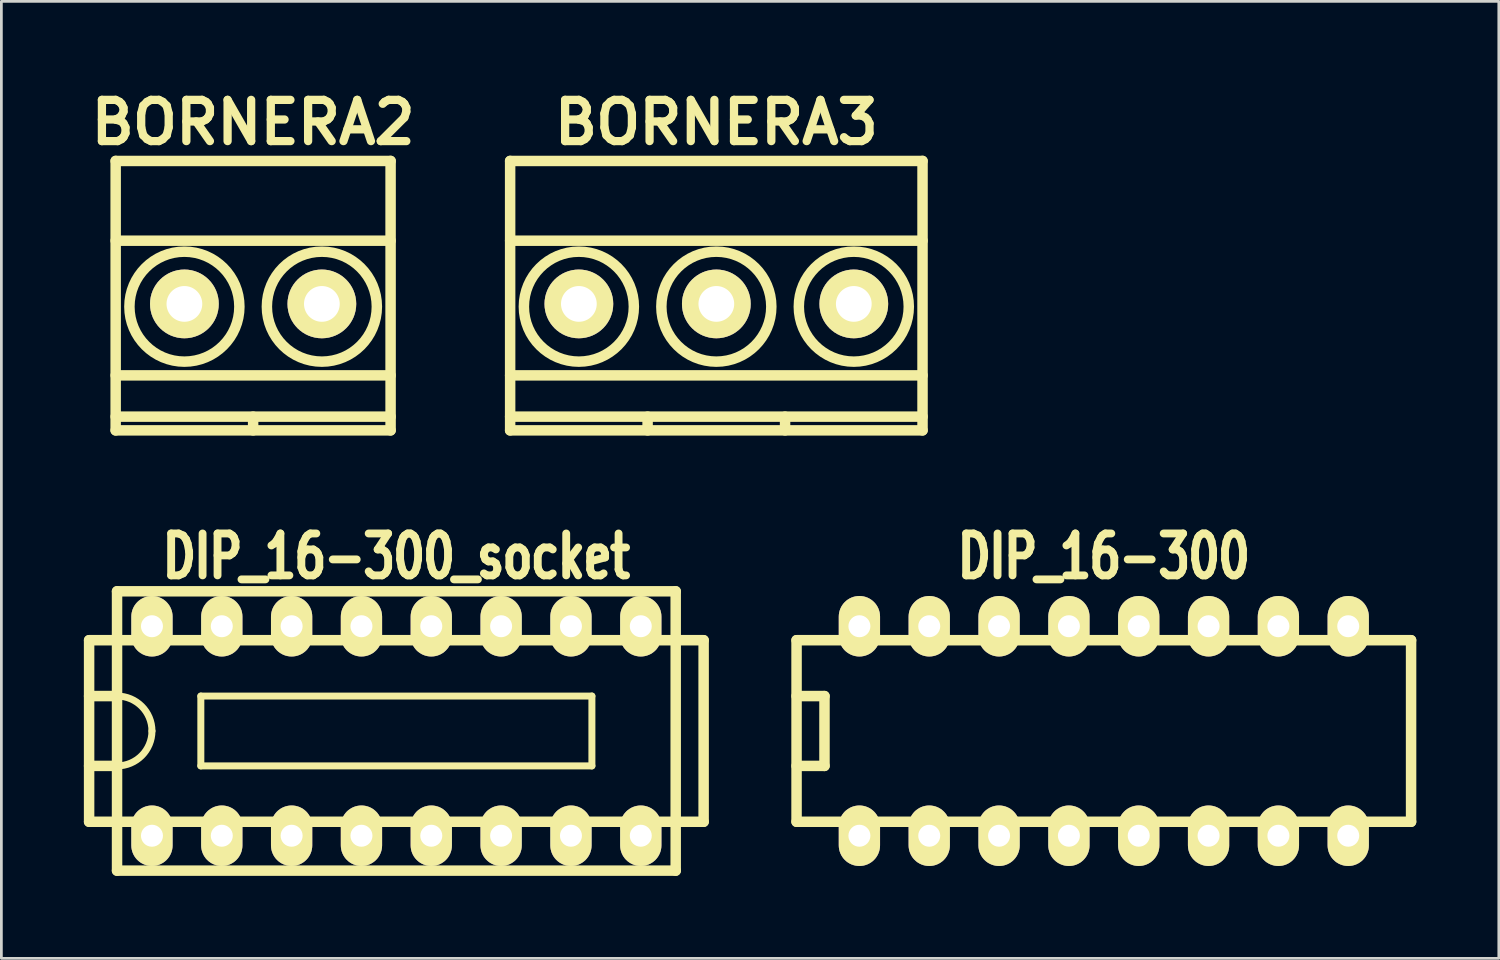
<source format=kicad_pcb>
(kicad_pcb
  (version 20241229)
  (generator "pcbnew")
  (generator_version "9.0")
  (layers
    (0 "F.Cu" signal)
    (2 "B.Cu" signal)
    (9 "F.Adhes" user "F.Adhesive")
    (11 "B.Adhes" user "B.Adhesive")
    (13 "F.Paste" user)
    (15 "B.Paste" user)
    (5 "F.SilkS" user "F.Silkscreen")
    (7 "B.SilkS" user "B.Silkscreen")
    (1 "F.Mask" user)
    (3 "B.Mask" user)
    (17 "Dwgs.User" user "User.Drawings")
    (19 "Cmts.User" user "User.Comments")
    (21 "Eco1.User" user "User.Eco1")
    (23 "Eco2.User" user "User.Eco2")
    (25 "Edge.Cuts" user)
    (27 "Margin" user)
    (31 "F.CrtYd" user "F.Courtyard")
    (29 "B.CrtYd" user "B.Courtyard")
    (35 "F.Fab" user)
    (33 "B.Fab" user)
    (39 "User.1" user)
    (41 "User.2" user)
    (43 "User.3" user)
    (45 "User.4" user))
  (footprint "DIP_16-300"
    (layer "F.Cu")
    (at 37.099 23.538)
    (property "Reference" "DIP_16-300" (at 0 -6.35 0) (layer "F.SilkS") (effects (font (size 1.524 1.143) (thickness 0.287))))
    (attr through_hole)
    (fp_line (start -11.176 -3.302) (end 11.176 -3.302) (stroke (width 0.381) (type solid)) (layer "F.SilkS"))
    (fp_line (start -11.176 3.302) (end -11.176 -3.302) (stroke (width 0.381) (type solid)) (layer "F.SilkS"))
    (fp_line (start -10.16 -1.27) (end -11.176 -1.27) (stroke (width 0.381) (type solid)) (layer "F.SilkS"))
    (fp_line (start -10.16 -1.27) (end -10.16 1.27) (stroke (width 0.381) (type solid)) (layer "F.SilkS"))
    (fp_line (start -10.16 1.27) (end -11.176 1.27) (stroke (width 0.381) (type solid)) (layer "F.SilkS"))
    (fp_line (start 11.176 -3.302) (end 11.176 3.302) (stroke (width 0.381) (type solid)) (layer "F.SilkS"))
    (fp_line (start 11.176 3.302) (end -11.176 3.302) (stroke (width 0.381) (type solid)) (layer "F.SilkS"))
    (pad "1" thru_hole oval (at -8.89 3.81) (size 1.501 2.2) (drill 0.8) (layers "*.Cu" "*.Mask" "F.SilkS"))
    (pad "2" thru_hole oval (at -6.35 3.81) (size 1.501 2.2) (drill 0.8) (layers "*.Cu" "*.Mask" "F.SilkS"))
    (pad "3" thru_hole oval (at -3.81 3.81) (size 1.501 2.2) (drill 0.8) (layers "*.Cu" "*.Mask" "F.SilkS"))
    (pad "4" thru_hole oval (at -1.27 3.81) (size 1.501 2.2) (drill 0.8) (layers "*.Cu" "*.Mask" "F.SilkS"))
    (pad "5" thru_hole oval (at 1.27 3.81) (size 1.501 2.2) (drill 0.8) (layers "*.Cu" "*.Mask" "F.SilkS"))
    (pad "6" thru_hole oval (at 3.81 3.81) (size 1.501 2.2) (drill 0.8) (layers "*.Cu" "*.Mask" "F.SilkS"))
    (pad "7" thru_hole oval (at 6.35 3.81) (size 1.501 2.2) (drill 0.8) (layers "*.Cu" "*.Mask" "F.SilkS"))
    (pad "8" thru_hole oval (at 8.89 3.81) (size 1.501 2.2) (drill 0.8) (layers "*.Cu" "*.Mask" "F.SilkS"))
    (pad "9" thru_hole oval (at 8.89 -3.81) (size 1.501 2.2) (drill 0.8) (layers "*.Cu" "*.Mask" "F.SilkS"))
    (pad "10" thru_hole oval (at 6.35 -3.81) (size 1.501 2.2) (drill 0.8) (layers "*.Cu" "*.Mask" "F.SilkS"))
    (pad "11" thru_hole oval (at 3.81 -3.81) (size 1.501 2.2) (drill 0.8) (layers "*.Cu" "*.Mask" "F.SilkS"))
    (pad "12" thru_hole oval (at 1.27 -3.81) (size 1.501 2.2) (drill 0.8) (layers "*.Cu" "*.Mask" "F.SilkS"))
    (pad "13" thru_hole oval (at -1.27 -3.81) (size 1.501 2.2) (drill 0.8) (layers "*.Cu" "*.Mask" "F.SilkS"))
    (pad "14" thru_hole oval (at -3.81 -3.81) (size 1.501 2.2) (drill 0.8) (layers "*.Cu" "*.Mask" "F.SilkS"))
    (pad "15" thru_hole oval (at -6.35 -3.81) (size 1.501 2.2) (drill 0.8) (layers "*.Cu" "*.Mask" "F.SilkS"))
    (pad "16" thru_hole oval (at -8.89 -3.81) (size 1.501 2.2) (drill 0.8) (layers "*.Cu" "*.Mask" "F.SilkS")))
  (footprint "BORNERA2"
    (layer "F.Cu")
    (at 6.157 8.004)
    (property "Reference" "BORNERA2" (at 0 -6.6 0) (layer "F.SilkS") (effects (font (size 1.5 1.5) (thickness 0.3))))
    (attr through_hole)
    (fp_line (start -5 -5.2) (end -5 4.6) (stroke (width 0.381) (type solid)) (layer "F.SilkS"))
    (fp_line (start -5 -2.3) (end 5 -2.3) (stroke (width 0.381) (type solid)) (layer "F.SilkS"))
    (fp_line (start -5 2.6) (end 5 2.6) (stroke (width 0.381) (type solid)) (layer "F.SilkS"))
    (fp_line (start -5 4.1) (end 5 4.1) (stroke (width 0.381) (type solid)) (layer "F.SilkS"))
    (fp_line (start -5 4.6) (end 5 4.6) (stroke (width 0.381) (type solid)) (layer "F.SilkS"))
    (fp_line (start 0 4.1) (end 0 4.6) (stroke (width 0.381) (type solid)) (layer "F.SilkS"))
    (fp_line (start 5 -5.2) (end -5 -5.2) (stroke (width 0.381) (type solid)) (layer "F.SilkS"))
    (fp_line (start 5 4.6) (end 5 -5.2) (stroke (width 0.381) (type solid)) (layer "F.SilkS"))
    (fp_circle (center -2.5 0.1) (end -0.5 0.1) (stroke (width 0.381) (type solid)) (fill no) (layer "F.SilkS"))
    (fp_circle (center 2.5 0.1) (end 0.5 0.1) (stroke (width 0.381) (type solid)) (fill no) (layer "F.SilkS"))
    (pad "1" thru_hole circle (at -2.5 0) (size 2.5 2.5) (drill 1.3) (layers "*.Cu" "*.Mask" "F.SilkS"))
    (pad "2" thru_hole circle (at 2.5 0) (size 2.5 2.5) (drill 1.3) (layers "*.Cu" "*.Mask" "F.SilkS")))
  (footprint "BORNERA3"
    (layer "F.Cu")
    (at 23.005 8.004)
    (property "Reference" "BORNERA3" (at 0 -6.6 0) (layer "F.SilkS") (effects (font (size 1.5 1.5) (thickness 0.3))))
    (attr through_hole)
    (fp_line (start -7.5 -5.2) (end -7.5 4.6) (stroke (width 0.381) (type solid)) (layer "F.SilkS"))
    (fp_line (start -7.5 -2.3) (end 7.5 -2.3) (stroke (width 0.381) (type solid)) (layer "F.SilkS"))
    (fp_line (start -7.5 2.6) (end 7.5 2.6) (stroke (width 0.381) (type solid)) (layer "F.SilkS"))
    (fp_line (start -7.5 4.1) (end 7.5 4.1) (stroke (width 0.381) (type solid)) (layer "F.SilkS"))
    (fp_line (start -7.5 4.6) (end 7.5 4.6) (stroke (width 0.381) (type solid)) (layer "F.SilkS"))
    (fp_line (start -2.5 4.1) (end -2.5 4.6) (stroke (width 0.381) (type solid)) (layer "F.SilkS"))
    (fp_line (start 2.5 4.1) (end 2.5 4.6) (stroke (width 0.381) (type solid)) (layer "F.SilkS"))
    (fp_line (start 7.5 -5.2) (end -7.5 -5.2) (stroke (width 0.381) (type solid)) (layer "F.SilkS"))
    (fp_line (start 7.5 4.6) (end 7.5 -5.2) (stroke (width 0.381) (type solid)) (layer "F.SilkS"))
    (fp_circle (center -5 0.1) (end -3 0.1) (stroke (width 0.381) (type solid)) (fill no) (layer "F.SilkS"))
    (fp_circle (center 0 0.1) (end -2 0.1) (stroke (width 0.381) (type solid)) (fill no) (layer "F.SilkS"))
    (fp_circle (center 5 0.1) (end 3 0.1) (stroke (width 0.381) (type solid)) (fill no) (layer "F.SilkS"))
    (pad "1" thru_hole circle (at -5 0) (size 2.5 2.5) (drill 1.3) (layers "*.Cu" "*.Mask" "F.SilkS"))
    (pad "2" thru_hole circle (at 0 0) (size 2.5 2.5) (drill 1.3) (layers "*.Cu" "*.Mask" "F.SilkS"))
    (pad "3" thru_hole circle (at 5 0) (size 2.5 2.5) (drill 1.3) (layers "*.Cu" "*.Mask" "F.SilkS")))
  (footprint "DIP_16-300_socket"
    (layer "F.Cu")
    (at 11.367 23.538)
    (property "Reference" "DIP_16-300_socket" (at 0 -6.35 0) (layer "F.SilkS") (effects (font (size 1.524 1.143) (thickness 0.287))))
    (attr through_hole)
    (fp_line (start -11.176 -3.302) (end 11.176 -3.302) (stroke (width 0.381) (type solid)) (layer "F.SilkS"))
    (fp_line (start -11.176 3.302) (end -11.176 -3.302) (stroke (width 0.381) (type solid)) (layer "F.SilkS"))
    (fp_line (start -10.16 -1.27) (end -11.176 -1.27) (stroke (width 0.381) (type solid)) (layer "F.SilkS"))
    (fp_line (start -10.16 1.27) (end -11.176 1.27) (stroke (width 0.381) (type solid)) (layer "F.SilkS"))
    (fp_line (start -10.16 5.08) (end -10.16 -5.08) (stroke (width 0.381) (type solid)) (layer "F.SilkS"))
    (fp_line (start -10.16 5.08) (end 10.16 5.08) (stroke (width 0.381) (type solid)) (layer "F.SilkS"))
    (fp_line (start -7.112 -1.27) (end -7.112 1.27) (stroke (width 0.254) (type solid)) (layer "F.SilkS"))
    (fp_line (start -7.112 -1.27) (end 7.112 -1.27) (stroke (width 0.254) (type solid)) (layer "F.SilkS"))
    (fp_line (start 7.112 1.27) (end -7.112 1.27) (stroke (width 0.254) (type solid)) (layer "F.SilkS"))
    (fp_line (start 7.112 1.27) (end 7.112 -1.27) (stroke (width 0.254) (type solid)) (layer "F.SilkS"))
    (fp_line (start 10.16 -5.08) (end -10.16 -5.08) (stroke (width 0.381) (type solid)) (layer "F.SilkS"))
    (fp_line (start 10.16 -5.08) (end 10.16 5.08) (stroke (width 0.381) (type solid)) (layer "F.SilkS"))
    (fp_line (start 11.176 -3.302) (end 11.176 3.302) (stroke (width 0.381) (type solid)) (layer "F.SilkS"))
    (fp_line (start 11.176 3.302) (end -11.176 3.302) (stroke (width 0.381) (type solid)) (layer "F.SilkS"))
    (fp_arc (start -10.16 -1.27) (mid -9.261974 -0.898026) (end -8.89 0) (stroke (width 0.254) (type solid)) (layer "F.SilkS"))
    (fp_arc (start -8.89 0) (mid -9.261974 0.898026) (end -10.16 1.27) (stroke (width 0.254) (type solid)) (layer "F.SilkS"))
    (pad "1" thru_hole oval (at -8.89 3.81) (size 1.501 2.2) (drill 0.8) (layers "*.Cu" "*.Mask" "F.SilkS"))
    (pad "2" thru_hole oval (at -6.35 3.81) (size 1.501 2.2) (drill 0.8) (layers "*.Cu" "*.Mask" "F.SilkS"))
    (pad "3" thru_hole oval (at -3.81 3.81) (size 1.501 2.2) (drill 0.8) (layers "*.Cu" "*.Mask" "F.SilkS"))
    (pad "4" thru_hole oval (at -1.27 3.81) (size 1.501 2.2) (drill 0.8) (layers "*.Cu" "*.Mask" "F.SilkS"))
    (pad "5" thru_hole oval (at 1.27 3.81) (size 1.501 2.2) (drill 0.8) (layers "*.Cu" "*.Mask" "F.SilkS"))
    (pad "6" thru_hole oval (at 3.81 3.81) (size 1.501 2.2) (drill 0.8) (layers "*.Cu" "*.Mask" "F.SilkS"))
    (pad "7" thru_hole oval (at 6.35 3.81) (size 1.501 2.2) (drill 0.8) (layers "*.Cu" "*.Mask" "F.SilkS"))
    (pad "8" thru_hole oval (at 8.89 3.81) (size 1.501 2.2) (drill 0.8) (layers "*.Cu" "*.Mask" "F.SilkS"))
    (pad "9" thru_hole oval (at 8.89 -3.81) (size 1.501 2.2) (drill 0.8) (layers "*.Cu" "*.Mask" "F.SilkS"))
    (pad "10" thru_hole oval (at 6.35 -3.81) (size 1.501 2.2) (drill 0.8) (layers "*.Cu" "*.Mask" "F.SilkS"))
    (pad "11" thru_hole oval (at 3.81 -3.81) (size 1.501 2.2) (drill 0.8) (layers "*.Cu" "*.Mask" "F.SilkS"))
    (pad "12" thru_hole oval (at 1.27 -3.81) (size 1.501 2.2) (drill 0.8) (layers "*.Cu" "*.Mask" "F.SilkS"))
    (pad "13" thru_hole oval (at -1.27 -3.81) (size 1.501 2.2) (drill 0.8) (layers "*.Cu" "*.Mask" "F.SilkS"))
    (pad "14" thru_hole oval (at -3.81 -3.81) (size 1.501 2.2) (drill 0.8) (layers "*.Cu" "*.Mask" "F.SilkS"))
    (pad "15" thru_hole oval (at -6.35 -3.81) (size 1.501 2.2) (drill 0.8) (layers "*.Cu" "*.Mask" "F.SilkS"))
    (pad "16" thru_hole oval (at -8.89 -3.81) (size 1.501 2.2) (drill 0.8) (layers "*.Cu" "*.Mask" "F.SilkS")))
  (gr_rect
    (start -3 -3)
    (end 51.466 31.808)
    (stroke (width 0.1) (type default))
    (fill no)
    (layer "Edge.Cuts")))
</source>
